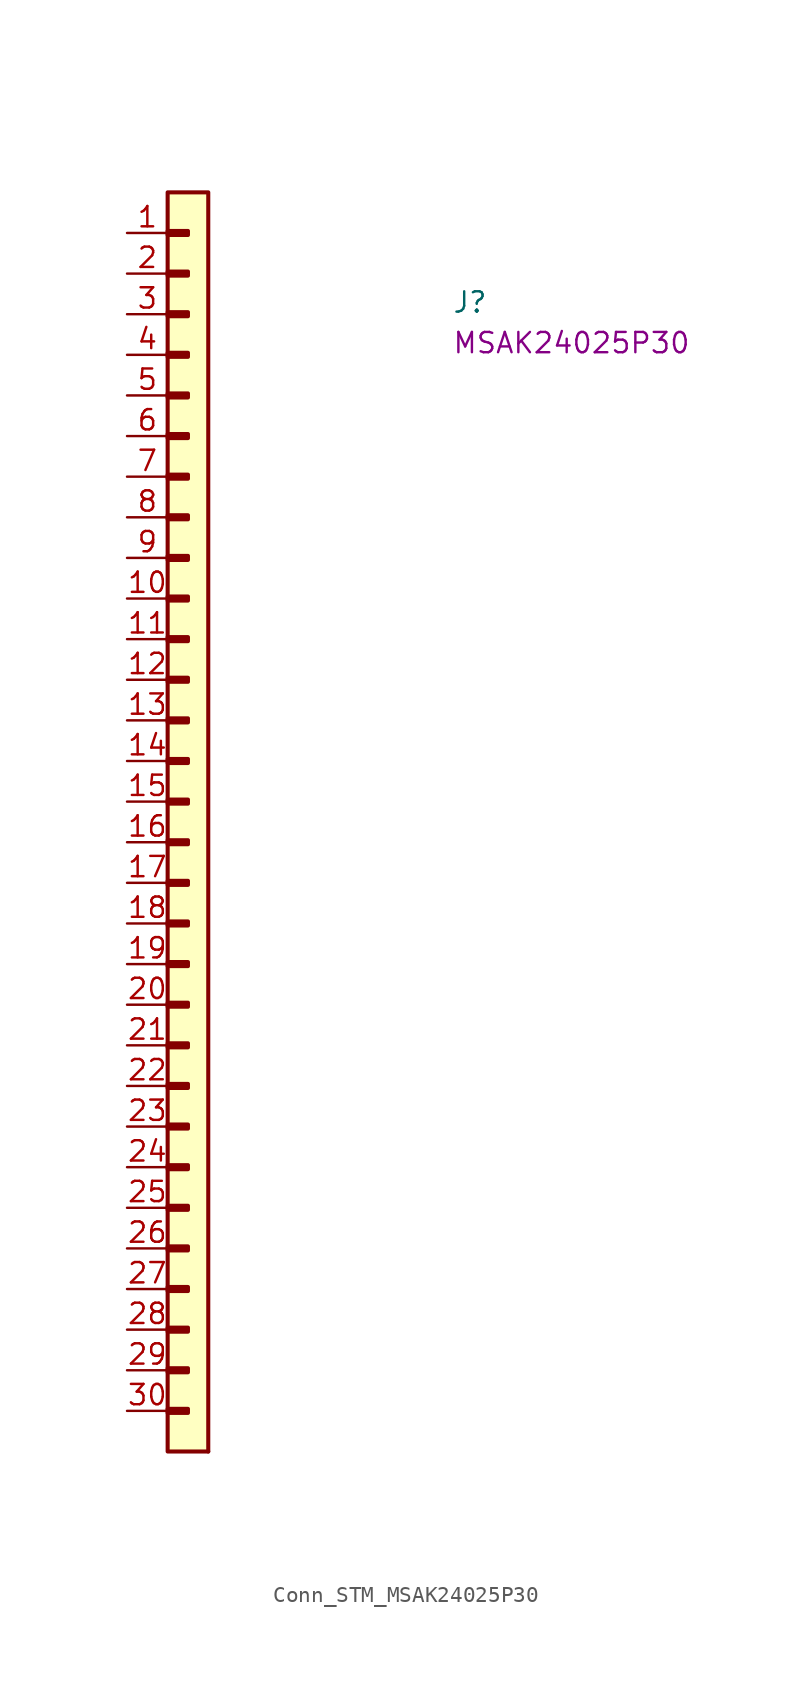
<source format=kicad_sym>
(kicad_symbol_lib
  (version 20220914)
  (generator kicad_symbol_editor)
  (symbol "Conn_STM_MSAK24025P30"
    (pin_names hide)
    (property "Reference" "J"
      (at 20.32 -5.08 0)
      (effects (font (size 1.27 1.27) (thickness 0.15)) (justify left bottom)))
    (property "MPN" "MSAK24025P30"
      (at 20.32 -7.62 0)
      (effects (font (size 1.27 1.27) (thickness 0.15)) (justify left bottom)))
    (symbol "Conn_STM_MSAK24025P30_1_1"
      (rectangle (start 2.54 -73.533) (end 3.81 -73.787) (stroke (width 0.254) (type default)) (fill (type background)))
      (rectangle (start 2.54 -70.993) (end 3.81 -71.247) (stroke (width 0.254) (type default)) (fill (type background)))
      (rectangle (start 2.54 -68.453) (end 3.81 -68.707) (stroke (width 0.254) (type default)) (fill (type background)))
      (rectangle (start 2.54 -65.913) (end 3.81 -66.167) (stroke (width 0.254) (type default)) (fill (type background)))
      (rectangle (start 2.54 -63.373) (end 3.81 -63.627) (stroke (width 0.254) (type default)) (fill (type background)))
      (rectangle (start 2.54 -60.833) (end 3.81 -61.087) (stroke (width 0.254) (type default)) (fill (type background)))
      (rectangle (start 2.54 -58.293) (end 3.81 -58.547) (stroke (width 0.254) (type default)) (fill (type background)))
      (rectangle (start 2.54 -55.753) (end 3.81 -56.007) (stroke (width 0.254) (type default)) (fill (type background)))
      (rectangle (start 2.54 -53.213) (end 3.81 -53.467) (stroke (width 0.254) (type default)) (fill (type background)))
      (rectangle (start 2.54 -50.673) (end 3.81 -50.927) (stroke (width 0.254) (type default)) (fill (type background)))
      (rectangle (start 2.54 -48.133) (end 3.81 -48.387) (stroke (width 0.254) (type default)) (fill (type background)))
      (rectangle (start 2.54 -45.593) (end 3.81 -45.847) (stroke (width 0.254) (type default)) (fill (type background)))
      (rectangle (start 2.54 -43.053) (end 3.81 -43.307) (stroke (width 0.254) (type default)) (fill (type background)))
      (rectangle (start 2.54 -40.513) (end 3.81 -40.767) (stroke (width 0.254) (type default)) (fill (type background)))
      (rectangle (start 2.54 -37.973) (end 3.81 -38.227) (stroke (width 0.254) (type default)) (fill (type background)))
      (rectangle (start 2.54 -35.433) (end 3.81 -35.687) (stroke (width 0.254) (type default)) (fill (type background)))
      (rectangle (start 2.54 -32.893) (end 3.81 -33.147) (stroke (width 0.254) (type default)) (fill (type background)))
      (rectangle (start 2.54 -30.353) (end 3.81 -30.607) (stroke (width 0.254) (type default)) (fill (type background)))
      (rectangle (start 2.54 -27.813) (end 3.81 -28.067) (stroke (width 0.254) (type default)) (fill (type background)))
      (rectangle (start 2.54 -25.273) (end 3.81 -25.527) (stroke (width 0.254) (type default)) (fill (type background)))
      (rectangle (start 2.54 -22.733) (end 3.81 -22.987) (stroke (width 0.254) (type default)) (fill (type background)))
      (rectangle (start 2.54 -20.193) (end 3.81 -20.447) (stroke (width 0.254) (type default)) (fill (type background)))
      (rectangle (start 2.54 -17.653) (end 3.81 -17.907) (stroke (width 0.254) (type default)) (fill (type background)))
      (rectangle (start 2.54 -15.113) (end 3.81 -15.367) (stroke (width 0.254) (type default)) (fill (type background)))
      (rectangle (start 2.54 -12.573) (end 3.81 -12.827) (stroke (width 0.254) (type default)) (fill (type background)))
      (rectangle (start 2.54 -10.033) (end 3.81 -10.287) (stroke (width 0.254) (type default)) (fill (type background)))
      (rectangle (start 2.54 -7.493) (end 3.81 -7.747) (stroke (width 0.254) (type default)) (fill (type background)))
      (rectangle (start 2.54 -4.953) (end 3.81 -5.207) (stroke (width 0.254) (type default)) (fill (type background)))
      (rectangle (start 2.54 -2.413) (end 3.81 -2.667) (stroke (width 0.254) (type default)) (fill (type background)))
      (rectangle (start 2.54 0.127) (end 3.81 -0.127) (stroke (width 0.254) (type default)) (fill (type background)))
      (rectangle (start 2.54 2.54) (end 5.08 -76.2) (stroke (width 0.254) (type default)) (fill (type background)))
      (rectangle (start 5.08 -76.2) (end 5.08 -76.2) (stroke (width 0.254) (type default)) (fill (type background)))
      (pin passive line (at 0 0 0) (length 2.54) (name "1" (effects (font (size 1.27 1.27)))) (number "1" (effects (font (size 1.27 1.27)))))
      (pin passive line (at 0 -22.86 0) (length 2.54) (name "10" (effects (font (size 1.27 1.27)))) (number "10" (effects (font (size 1.27 1.27)))))
      (pin passive line (at 0 -25.4 0) (length 2.54) (name "11" (effects (font (size 1.27 1.27)))) (number "11" (effects (font (size 1.27 1.27)))))
      (pin passive line (at 0 -27.94 0) (length 2.54) (name "12" (effects (font (size 1.27 1.27)))) (number "12" (effects (font (size 1.27 1.27)))))
      (pin passive line (at 0 -30.48 0) (length 2.54) (name "13" (effects (font (size 1.27 1.27)))) (number "13" (effects (font (size 1.27 1.27)))))
      (pin passive line (at 0 -33.02 0) (length 2.54) (name "14" (effects (font (size 1.27 1.27)))) (number "14" (effects (font (size 1.27 1.27)))))
      (pin passive line (at 0 -35.56 0) (length 2.54) (name "15" (effects (font (size 1.27 1.27)))) (number "15" (effects (font (size 1.27 1.27)))))
      (pin passive line (at 0 -38.1 0) (length 2.54) (name "16" (effects (font (size 1.27 1.27)))) (number "16" (effects (font (size 1.27 1.27)))))
      (pin passive line (at 0 -40.64 0) (length 2.54) (name "17" (effects (font (size 1.27 1.27)))) (number "17" (effects (font (size 1.27 1.27)))))
      (pin passive line (at 0 -43.18 0) (length 2.54) (name "18" (effects (font (size 1.27 1.27)))) (number "18" (effects (font (size 1.27 1.27)))))
      (pin passive line (at 0 -45.72 0) (length 2.54) (name "19" (effects (font (size 1.27 1.27)))) (number "19" (effects (font (size 1.27 1.27)))))
      (pin passive line (at 0 -2.54 0) (length 2.54) (name "2" (effects (font (size 1.27 1.27)))) (number "2" (effects (font (size 1.27 1.27)))))
      (pin passive line (at 0 -48.26 0) (length 2.54) (name "20" (effects (font (size 1.27 1.27)))) (number "20" (effects (font (size 1.27 1.27)))))
      (pin passive line (at 0 -50.8 0) (length 2.54) (name "21" (effects (font (size 1.27 1.27)))) (number "21" (effects (font (size 1.27 1.27)))))
      (pin passive line (at 0 -53.34 0) (length 2.54) (name "22" (effects (font (size 1.27 1.27)))) (number "22" (effects (font (size 1.27 1.27)))))
      (pin passive line (at 0 -55.88 0) (length 2.54) (name "23" (effects (font (size 1.27 1.27)))) (number "23" (effects (font (size 1.27 1.27)))))
      (pin passive line (at 0 -58.42 0) (length 2.54) (name "24" (effects (font (size 1.27 1.27)))) (number "24" (effects (font (size 1.27 1.27)))))
      (pin passive line (at 0 -60.96 0) (length 2.54) (name "25" (effects (font (size 1.27 1.27)))) (number "25" (effects (font (size 1.27 1.27)))))
      (pin passive line (at 0 -63.5 0) (length 2.54) (name "26" (effects (font (size 1.27 1.27)))) (number "26" (effects (font (size 1.27 1.27)))))
      (pin passive line (at 0 -66.04 0) (length 2.54) (name "27" (effects (font (size 1.27 1.27)))) (number "27" (effects (font (size 1.27 1.27)))))
      (pin passive line (at 0 -68.58 0) (length 2.54) (name "28" (effects (font (size 1.27 1.27)))) (number "28" (effects (font (size 1.27 1.27)))))
      (pin passive line (at 0 -71.12 0) (length 2.54) (name "29" (effects (font (size 1.27 1.27)))) (number "29" (effects (font (size 1.27 1.27)))))
      (pin passive line (at 0 -5.08 0) (length 2.54) (name "3" (effects (font (size 1.27 1.27)))) (number "3" (effects (font (size 1.27 1.27)))))
      (pin passive line (at 0 -73.66 0) (length 2.54) (name "30" (effects (font (size 1.27 1.27)))) (number "30" (effects (font (size 1.27 1.27)))))
      (pin passive line (at 0 -7.62 0) (length 2.54) (name "4" (effects (font (size 1.27 1.27)))) (number "4" (effects (font (size 1.27 1.27)))))
      (pin passive line (at 0 -10.16 0) (length 2.54) (name "5" (effects (font (size 1.27 1.27)))) (number "5" (effects (font (size 1.27 1.27)))))
      (pin passive line (at 0 -12.7 0) (length 2.54) (name "6" (effects (font (size 1.27 1.27)))) (number "6" (effects (font (size 1.27 1.27)))))
      (pin passive line (at 0 -15.24 0) (length 2.54) (name "7" (effects (font (size 1.27 1.27)))) (number "7" (effects (font (size 1.27 1.27)))))
      (pin passive line (at 0 -17.78 0) (length 2.54) (name "8" (effects (font (size 1.27 1.27)))) (number "8" (effects (font (size 1.27 1.27)))))
      (pin passive line (at 0 -20.32 0) (length 2.54) (name "9" (effects (font (size 1.27 1.27)))) (number "9" (effects (font (size 1.27 1.27))))))))
</source>
